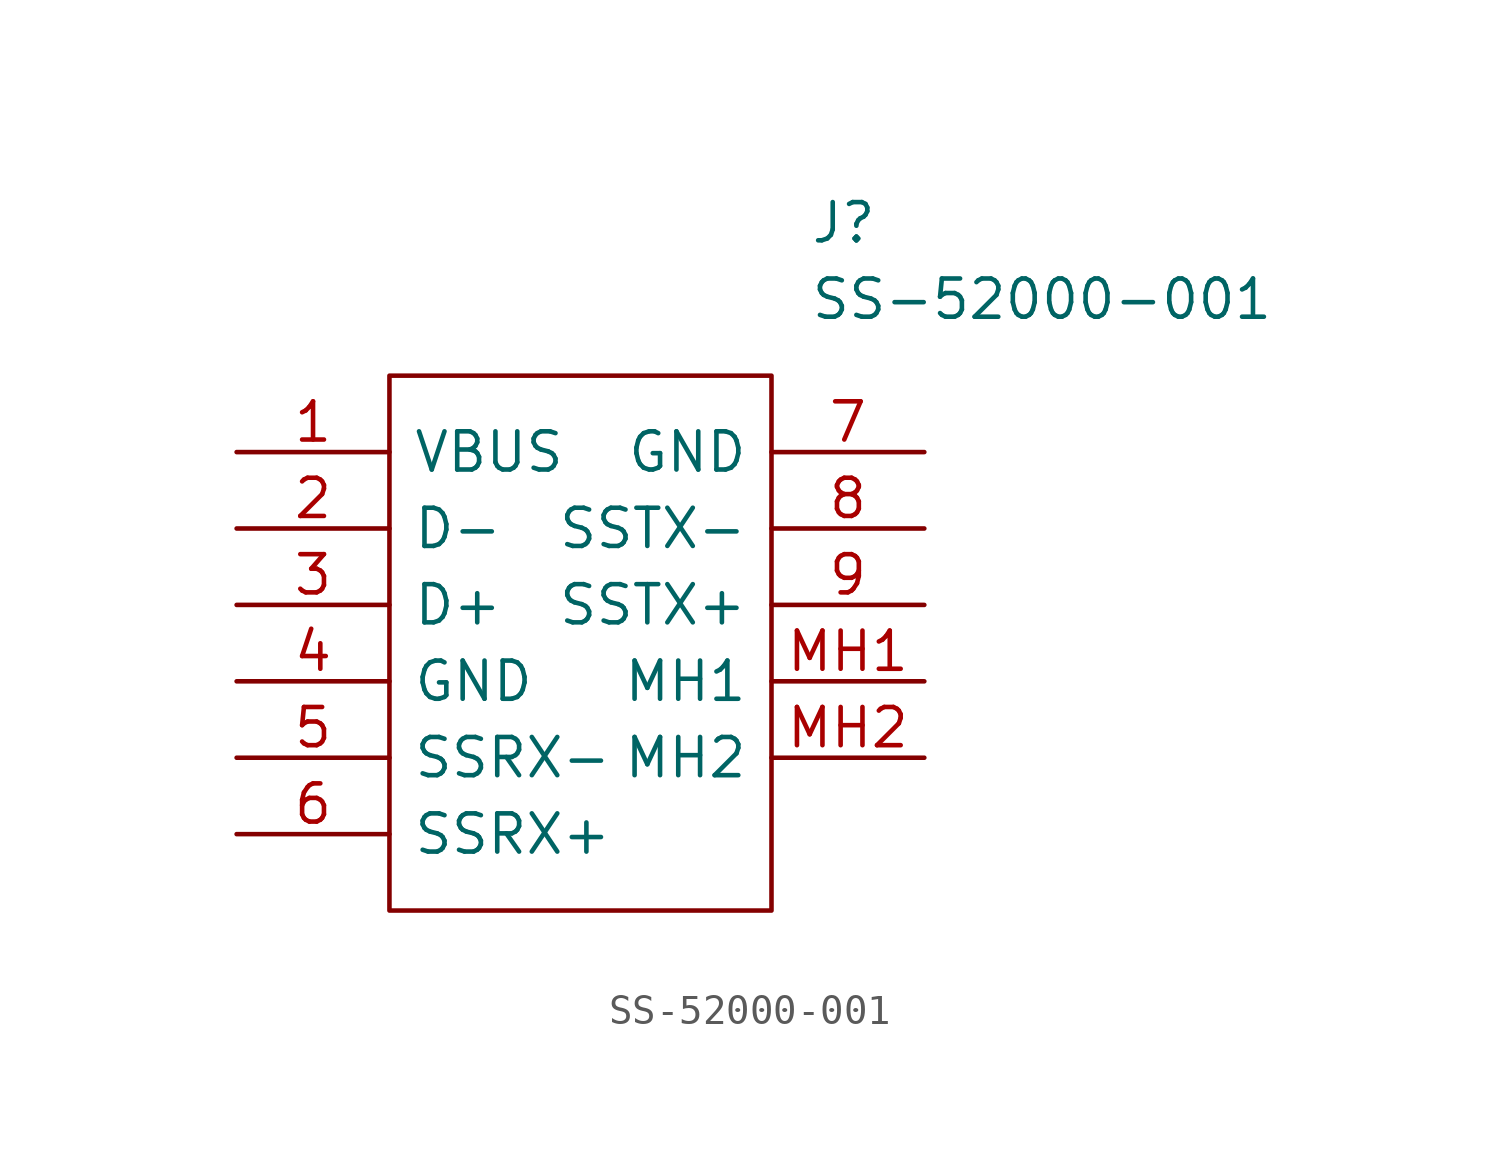
<source format=kicad_sym>
(kicad_symbol_lib
  (version 20200908)
  (generator kicad_symbol_editor)
  (symbol "SS-52000-001:SS-52000-001"
    (pin_names
      (offset 0.762))
    (property "Reference" "J"
      (at 19.05 7.62 0)
      (effects (font (size 1.27 1.27)) (justify left)))
    (property "Value" "SS-52000-001"
      (at 19.05 5.08 0)
      (effects (font (size 1.27 1.27)) (justify left)))
    (symbol "SS-52000-001_0_1"
      (polyline (pts (xy 5.08 2.54) (xy 17.78 2.54) (xy 17.78 -15.24) (xy 5.08 -15.24) (xy 5.08 2.54)) (stroke (width 0.152)) (fill (type none))))
    (symbol "SS-52000-001_0_0"
      (pin power_in line (at 0 0 0) (length 5.08) (name "VBUS" (effects (font (size 1.27 1.27)))) (number "1" (effects (font (size 1.27 1.27)))))
      (pin passive line (at 0 -2.54 0) (length 5.08) (name "D-" (effects (font (size 1.27 1.27)))) (number "2" (effects (font (size 1.27 1.27)))))
      (pin passive line (at 0 -5.08 0) (length 5.08) (name "D+" (effects (font (size 1.27 1.27)))) (number "3" (effects (font (size 1.27 1.27)))))
      (pin power_in line (at 0 -7.62 0) (length 5.08) (name "GND" (effects (font (size 1.27 1.27)))) (number "4" (effects (font (size 1.27 1.27)))))
      (pin passive line (at 0 -10.16 0) (length 5.08) (name "SSRX-" (effects (font (size 1.27 1.27)))) (number "5" (effects (font (size 1.27 1.27)))))
      (pin passive line (at 0 -12.7 0) (length 5.08) (name "SSRX+" (effects (font (size 1.27 1.27)))) (number "6" (effects (font (size 1.27 1.27)))))
      (pin power_in line (at 22.86 0 180) (length 5.08) (name "GND" (effects (font (size 1.27 1.27)))) (number "7" (effects (font (size 1.27 1.27)))))
      (pin passive line (at 22.86 -2.54 180) (length 5.08) (name "SSTX-" (effects (font (size 1.27 1.27)))) (number "8" (effects (font (size 1.27 1.27)))))
      (pin passive line (at 22.86 -5.08 180) (length 5.08) (name "SSTX+" (effects (font (size 1.27 1.27)))) (number "9" (effects (font (size 1.27 1.27)))))
      (pin passive line (at 22.86 -7.62 180) (length 5.08) (name "MH1" (effects (font (size 1.27 1.27)))) (number "MH1" (effects (font (size 1.27 1.27)))))
      (pin passive line (at 22.86 -10.16 180) (length 5.08) (name "MH2" (effects (font (size 1.27 1.27)))) (number "MH2" (effects (font (size 1.27 1.27))))))))
</source>
